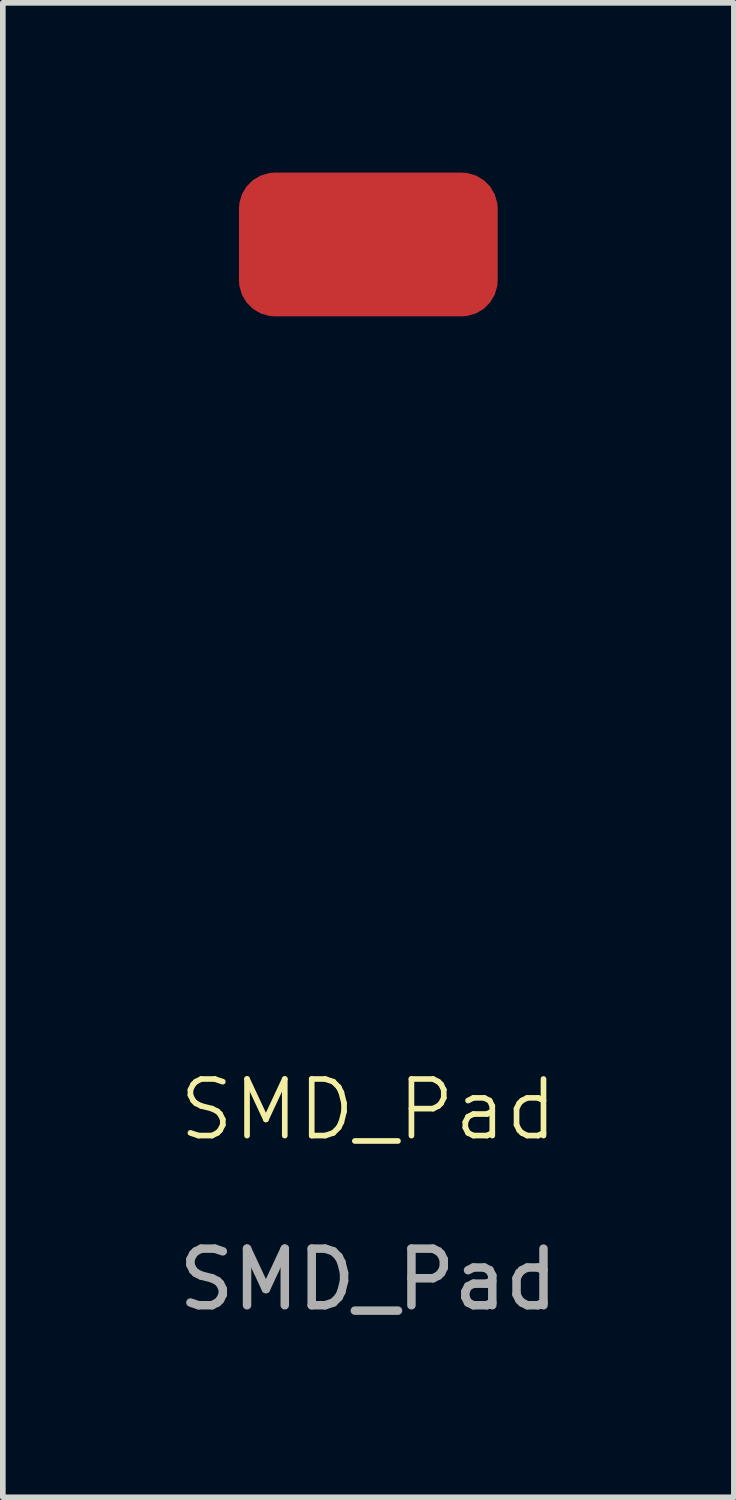
<source format=kicad_pcb>
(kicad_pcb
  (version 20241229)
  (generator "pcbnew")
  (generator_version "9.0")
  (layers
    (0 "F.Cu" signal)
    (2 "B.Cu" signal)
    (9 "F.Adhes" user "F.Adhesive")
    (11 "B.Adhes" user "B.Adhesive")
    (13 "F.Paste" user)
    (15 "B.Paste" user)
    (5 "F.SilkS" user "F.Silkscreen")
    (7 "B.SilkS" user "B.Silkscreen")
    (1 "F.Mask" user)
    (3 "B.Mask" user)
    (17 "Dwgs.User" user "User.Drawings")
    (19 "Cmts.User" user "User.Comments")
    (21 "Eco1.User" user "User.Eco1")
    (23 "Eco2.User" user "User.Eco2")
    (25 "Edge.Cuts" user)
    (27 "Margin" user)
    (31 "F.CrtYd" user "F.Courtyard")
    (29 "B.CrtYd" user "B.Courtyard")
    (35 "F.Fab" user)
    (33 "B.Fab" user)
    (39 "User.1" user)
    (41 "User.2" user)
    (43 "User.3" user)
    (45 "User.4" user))
  (footprint "SMD_Pad"
    (layer "F.Cu")
    (at 3.458 1.27)
    (property "Reference" "SMD_Pad" (at 0 15.288 0) (unlocked yes) (layer "F.SilkS") (effects (font (size 1 1) (thickness 0.1))))
    (attr smd)
    (fp_text user "${REFERENCE}" (at 0 18.288 0) (unlocked yes) (layer "F.Fab") (effects (font (size 1 1) (thickness 0.15))))
    (pad "1" smd roundrect (at 0 0) (size 4.572 2.54) (layers "F.Cu" "F.Mask" "F.Paste") (roundrect_rratio 0.25)))
  (gr_rect
    (start -3 -3)
    (end 9.917 23.406)
    (stroke (width 0.1) (type default))
    (fill no)
    (layer "Edge.Cuts")))
</source>
